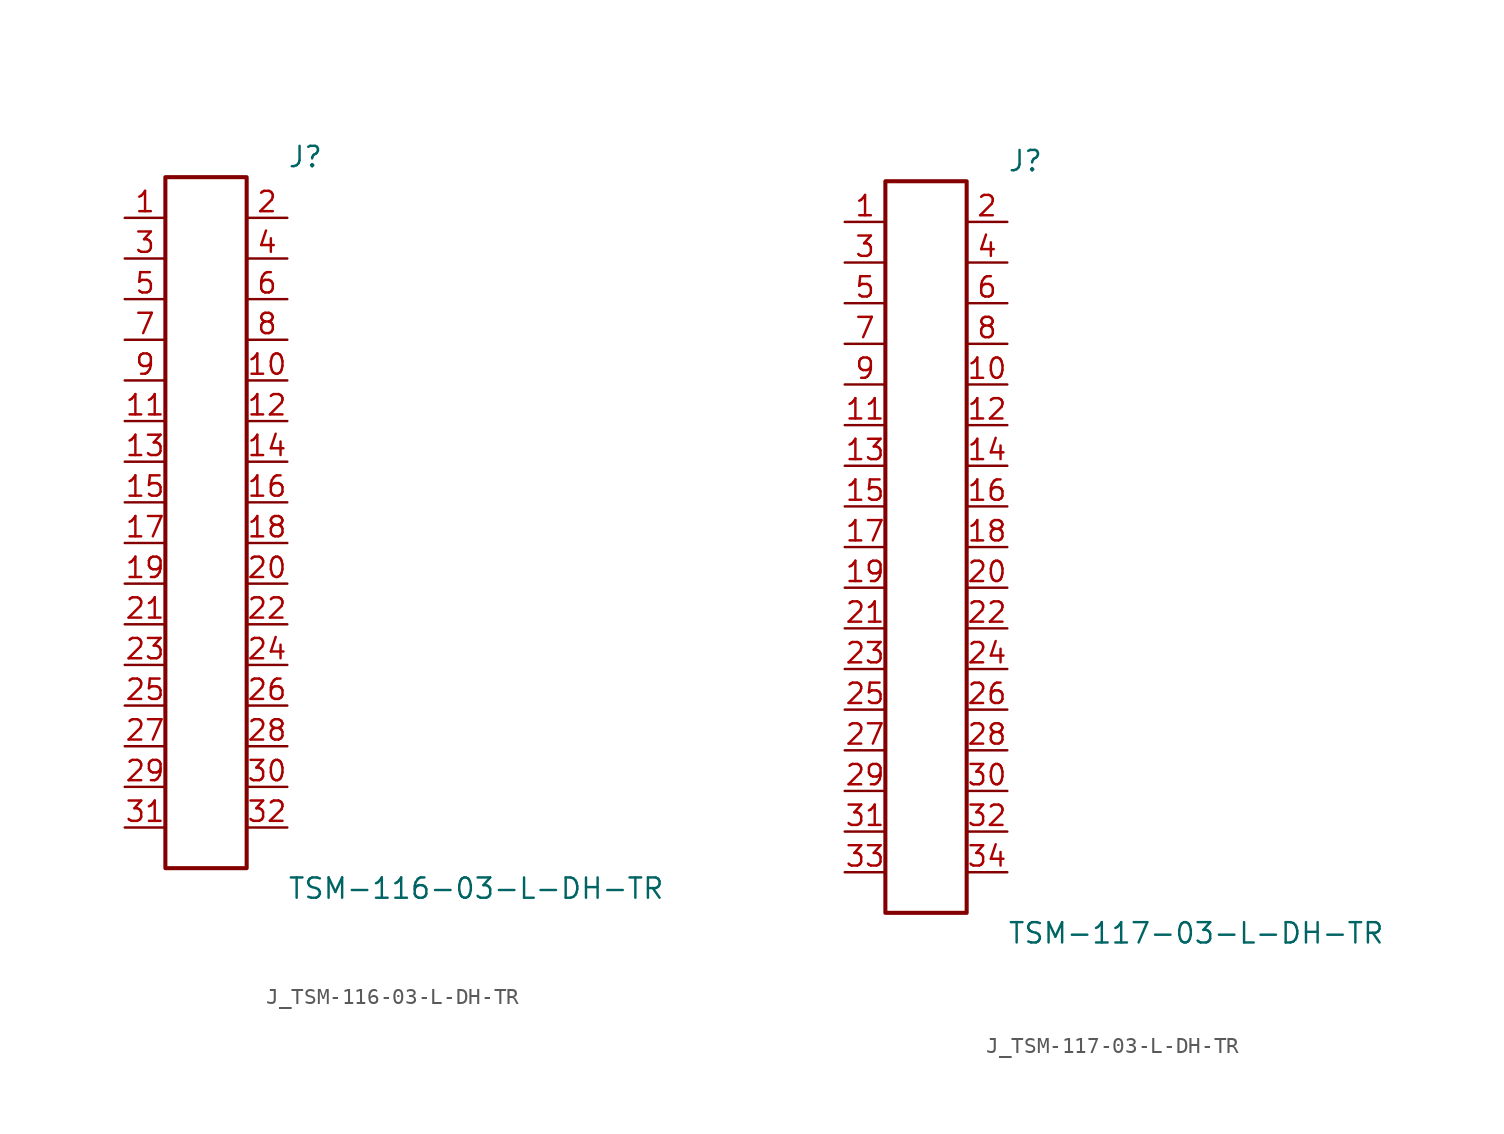
<source format=kicad_sym>
(kicad_symbol_lib
  (version 20231120)
  (generator kicad_symbol_editor)
  (generator_version 8.0)
  (symbol "J_TSM-116-03-L-DH-TR"
    (pin_names
      (offset 0.254))
    (property "Reference" "J"
      (at 5.08 22.86 0)
      (effects (font (size 1.27 1.27)) (justify left)))
    (property "Value" "TSM-116-03-L-DH-TR"
      (at 5.08 -22.86 0)
      (effects (font (size 1.27 1.27)) (justify left)))
    (symbol "J_TSM-116-03-L-DH-TR_0_0"
      (pin passive line (at -5.08 19.05 0) (length 2.54) (name "" (effects (font (size 1.27 1.27)))) (number "1" (effects (font (size 1.27 1.27)))))
      (pin passive line (at 5.08 19.05 180) (length 2.54) (name "" (effects (font (size 1.27 1.27)))) (number "2" (effects (font (size 1.27 1.27)))))
      (pin passive line (at -5.08 16.51 0) (length 2.54) (name "" (effects (font (size 1.27 1.27)))) (number "3" (effects (font (size 1.27 1.27)))))
      (pin passive line (at 5.08 16.51 180) (length 2.54) (name "" (effects (font (size 1.27 1.27)))) (number "4" (effects (font (size 1.27 1.27)))))
      (pin passive line (at -5.08 13.97 0) (length 2.54) (name "" (effects (font (size 1.27 1.27)))) (number "5" (effects (font (size 1.27 1.27)))))
      (pin passive line (at 5.08 13.97 180) (length 2.54) (name "" (effects (font (size 1.27 1.27)))) (number "6" (effects (font (size 1.27 1.27)))))
      (pin passive line (at -5.08 11.43 0) (length 2.54) (name "" (effects (font (size 1.27 1.27)))) (number "7" (effects (font (size 1.27 1.27)))))
      (pin passive line (at 5.08 11.43 180) (length 2.54) (name "" (effects (font (size 1.27 1.27)))) (number "8" (effects (font (size 1.27 1.27)))))
      (pin passive line (at -5.08 8.89 0) (length 2.54) (name "" (effects (font (size 1.27 1.27)))) (number "9" (effects (font (size 1.27 1.27)))))
      (pin passive line (at 5.08 8.89 180) (length 2.54) (name "" (effects (font (size 1.27 1.27)))) (number "10" (effects (font (size 1.27 1.27)))))
      (pin passive line (at -5.08 6.35 0) (length 2.54) (name "" (effects (font (size 1.27 1.27)))) (number "11" (effects (font (size 1.27 1.27)))))
      (pin passive line (at 5.08 6.35 180) (length 2.54) (name "" (effects (font (size 1.27 1.27)))) (number "12" (effects (font (size 1.27 1.27)))))
      (pin passive line (at -5.08 3.81 0) (length 2.54) (name "" (effects (font (size 1.27 1.27)))) (number "13" (effects (font (size 1.27 1.27)))))
      (pin passive line (at 5.08 3.81 180) (length 2.54) (name "" (effects (font (size 1.27 1.27)))) (number "14" (effects (font (size 1.27 1.27)))))
      (pin passive line (at -5.08 1.27 0) (length 2.54) (name "" (effects (font (size 1.27 1.27)))) (number "15" (effects (font (size 1.27 1.27)))))
      (pin passive line (at 5.08 1.27 180) (length 2.54) (name "" (effects (font (size 1.27 1.27)))) (number "16" (effects (font (size 1.27 1.27)))))
      (pin passive line (at -5.08 -1.27 0) (length 2.54) (name "" (effects (font (size 1.27 1.27)))) (number "17" (effects (font (size 1.27 1.27)))))
      (pin passive line (at 5.08 -1.27 180) (length 2.54) (name "" (effects (font (size 1.27 1.27)))) (number "18" (effects (font (size 1.27 1.27)))))
      (pin passive line (at -5.08 -3.81 0) (length 2.54) (name "" (effects (font (size 1.27 1.27)))) (number "19" (effects (font (size 1.27 1.27)))))
      (pin passive line (at 5.08 -3.81 180) (length 2.54) (name "" (effects (font (size 1.27 1.27)))) (number "20" (effects (font (size 1.27 1.27)))))
      (pin passive line (at -5.08 -6.35 0) (length 2.54) (name "" (effects (font (size 1.27 1.27)))) (number "21" (effects (font (size 1.27 1.27)))))
      (pin passive line (at 5.08 -6.35 180) (length 2.54) (name "" (effects (font (size 1.27 1.27)))) (number "22" (effects (font (size 1.27 1.27)))))
      (pin passive line (at -5.08 -8.89 0) (length 2.54) (name "" (effects (font (size 1.27 1.27)))) (number "23" (effects (font (size 1.27 1.27)))))
      (pin passive line (at 5.08 -8.89 180) (length 2.54) (name "" (effects (font (size 1.27 1.27)))) (number "24" (effects (font (size 1.27 1.27)))))
      (pin passive line (at -5.08 -11.43 0) (length 2.54) (name "" (effects (font (size 1.27 1.27)))) (number "25" (effects (font (size 1.27 1.27)))))
      (pin passive line (at 5.08 -11.43 180) (length 2.54) (name "" (effects (font (size 1.27 1.27)))) (number "26" (effects (font (size 1.27 1.27)))))
      (pin passive line (at -5.08 -13.97 0) (length 2.54) (name "" (effects (font (size 1.27 1.27)))) (number "27" (effects (font (size 1.27 1.27)))))
      (pin passive line (at 5.08 -13.97 180) (length 2.54) (name "" (effects (font (size 1.27 1.27)))) (number "28" (effects (font (size 1.27 1.27)))))
      (pin passive line (at -5.08 -16.51 0) (length 2.54) (name "" (effects (font (size 1.27 1.27)))) (number "29" (effects (font (size 1.27 1.27)))))
      (pin passive line (at 5.08 -16.51 180) (length 2.54) (name "" (effects (font (size 1.27 1.27)))) (number "30" (effects (font (size 1.27 1.27)))))
      (pin passive line (at -5.08 -19.05 0) (length 2.54) (name "" (effects (font (size 1.27 1.27)))) (number "31" (effects (font (size 1.27 1.27)))))
      (pin passive line (at 5.08 -19.05 180) (length 2.54) (name "" (effects (font (size 1.27 1.27)))) (number "32" (effects (font (size 1.27 1.27))))))
    (symbol "J_TSM-116-03-L-DH-TR_1_0"
      (rectangle (start -2.54 21.59) (end 2.54 -21.59) (stroke (width 0.254) (type solid)) (fill (type none)))))
  (symbol "J_TSM-117-03-L-DH-TR"
    (pin_names
      (offset 0.254))
    (property "Reference" "J"
      (at 5.08 24.13 0)
      (effects (font (size 1.27 1.27)) (justify left)))
    (property "Value" "TSM-117-03-L-DH-TR"
      (at 5.08 -24.13 0)
      (effects (font (size 1.27 1.27)) (justify left)))
    (symbol "J_TSM-117-03-L-DH-TR_0_0"
      (pin passive line (at -5.08 20.32 0) (length 2.54) (name "" (effects (font (size 1.27 1.27)))) (number "1" (effects (font (size 1.27 1.27)))))
      (pin passive line (at 5.08 20.32 180) (length 2.54) (name "" (effects (font (size 1.27 1.27)))) (number "2" (effects (font (size 1.27 1.27)))))
      (pin passive line (at -5.08 17.78 0) (length 2.54) (name "" (effects (font (size 1.27 1.27)))) (number "3" (effects (font (size 1.27 1.27)))))
      (pin passive line (at 5.08 17.78 180) (length 2.54) (name "" (effects (font (size 1.27 1.27)))) (number "4" (effects (font (size 1.27 1.27)))))
      (pin passive line (at -5.08 15.24 0) (length 2.54) (name "" (effects (font (size 1.27 1.27)))) (number "5" (effects (font (size 1.27 1.27)))))
      (pin passive line (at 5.08 15.24 180) (length 2.54) (name "" (effects (font (size 1.27 1.27)))) (number "6" (effects (font (size 1.27 1.27)))))
      (pin passive line (at -5.08 12.7 0) (length 2.54) (name "" (effects (font (size 1.27 1.27)))) (number "7" (effects (font (size 1.27 1.27)))))
      (pin passive line (at 5.08 12.7 180) (length 2.54) (name "" (effects (font (size 1.27 1.27)))) (number "8" (effects (font (size 1.27 1.27)))))
      (pin passive line (at -5.08 10.16 0) (length 2.54) (name "" (effects (font (size 1.27 1.27)))) (number "9" (effects (font (size 1.27 1.27)))))
      (pin passive line (at 5.08 10.16 180) (length 2.54) (name "" (effects (font (size 1.27 1.27)))) (number "10" (effects (font (size 1.27 1.27)))))
      (pin passive line (at -5.08 7.62 0) (length 2.54) (name "" (effects (font (size 1.27 1.27)))) (number "11" (effects (font (size 1.27 1.27)))))
      (pin passive line (at 5.08 7.62 180) (length 2.54) (name "" (effects (font (size 1.27 1.27)))) (number "12" (effects (font (size 1.27 1.27)))))
      (pin passive line (at -5.08 5.08 0) (length 2.54) (name "" (effects (font (size 1.27 1.27)))) (number "13" (effects (font (size 1.27 1.27)))))
      (pin passive line (at 5.08 5.08 180) (length 2.54) (name "" (effects (font (size 1.27 1.27)))) (number "14" (effects (font (size 1.27 1.27)))))
      (pin passive line (at -5.08 2.54 0) (length 2.54) (name "" (effects (font (size 1.27 1.27)))) (number "15" (effects (font (size 1.27 1.27)))))
      (pin passive line (at 5.08 2.54 180) (length 2.54) (name "" (effects (font (size 1.27 1.27)))) (number "16" (effects (font (size 1.27 1.27)))))
      (pin passive line (at -5.08 0.0 0) (length 2.54) (name "" (effects (font (size 1.27 1.27)))) (number "17" (effects (font (size 1.27 1.27)))))
      (pin passive line (at 5.08 0.0 180) (length 2.54) (name "" (effects (font (size 1.27 1.27)))) (number "18" (effects (font (size 1.27 1.27)))))
      (pin passive line (at -5.08 -2.54 0) (length 2.54) (name "" (effects (font (size 1.27 1.27)))) (number "19" (effects (font (size 1.27 1.27)))))
      (pin passive line (at 5.08 -2.54 180) (length 2.54) (name "" (effects (font (size 1.27 1.27)))) (number "20" (effects (font (size 1.27 1.27)))))
      (pin passive line (at -5.08 -5.08 0) (length 2.54) (name "" (effects (font (size 1.27 1.27)))) (number "21" (effects (font (size 1.27 1.27)))))
      (pin passive line (at 5.08 -5.08 180) (length 2.54) (name "" (effects (font (size 1.27 1.27)))) (number "22" (effects (font (size 1.27 1.27)))))
      (pin passive line (at -5.08 -7.62 0) (length 2.54) (name "" (effects (font (size 1.27 1.27)))) (number "23" (effects (font (size 1.27 1.27)))))
      (pin passive line (at 5.08 -7.62 180) (length 2.54) (name "" (effects (font (size 1.27 1.27)))) (number "24" (effects (font (size 1.27 1.27)))))
      (pin passive line (at -5.08 -10.16 0) (length 2.54) (name "" (effects (font (size 1.27 1.27)))) (number "25" (effects (font (size 1.27 1.27)))))
      (pin passive line (at 5.08 -10.16 180) (length 2.54) (name "" (effects (font (size 1.27 1.27)))) (number "26" (effects (font (size 1.27 1.27)))))
      (pin passive line (at -5.08 -12.7 0) (length 2.54) (name "" (effects (font (size 1.27 1.27)))) (number "27" (effects (font (size 1.27 1.27)))))
      (pin passive line (at 5.08 -12.7 180) (length 2.54) (name "" (effects (font (size 1.27 1.27)))) (number "28" (effects (font (size 1.27 1.27)))))
      (pin passive line (at -5.08 -15.24 0) (length 2.54) (name "" (effects (font (size 1.27 1.27)))) (number "29" (effects (font (size 1.27 1.27)))))
      (pin passive line (at 5.08 -15.24 180) (length 2.54) (name "" (effects (font (size 1.27 1.27)))) (number "30" (effects (font (size 1.27 1.27)))))
      (pin passive line (at -5.08 -17.78 0) (length 2.54) (name "" (effects (font (size 1.27 1.27)))) (number "31" (effects (font (size 1.27 1.27)))))
      (pin passive line (at 5.08 -17.78 180) (length 2.54) (name "" (effects (font (size 1.27 1.27)))) (number "32" (effects (font (size 1.27 1.27)))))
      (pin passive line (at -5.08 -20.32 0) (length 2.54) (name "" (effects (font (size 1.27 1.27)))) (number "33" (effects (font (size 1.27 1.27)))))
      (pin passive line (at 5.08 -20.32 180) (length 2.54) (name "" (effects (font (size 1.27 1.27)))) (number "34" (effects (font (size 1.27 1.27))))))
    (symbol "J_TSM-117-03-L-DH-TR_1_0"
      (rectangle (start -2.54 22.86) (end 2.54 -22.86) (stroke (width 0.254) (type solid)) (fill (type none))))))
</source>
